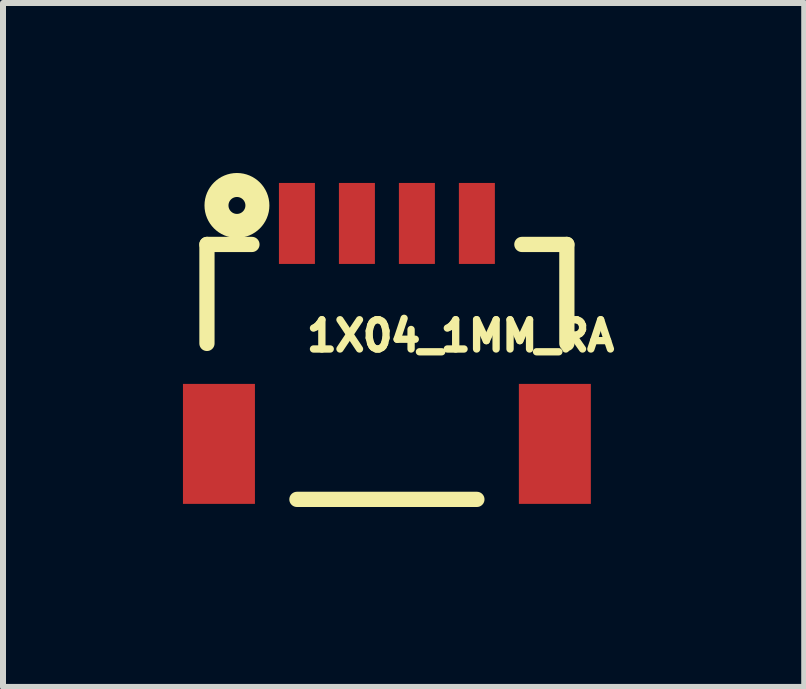
<source format=kicad_pcb>
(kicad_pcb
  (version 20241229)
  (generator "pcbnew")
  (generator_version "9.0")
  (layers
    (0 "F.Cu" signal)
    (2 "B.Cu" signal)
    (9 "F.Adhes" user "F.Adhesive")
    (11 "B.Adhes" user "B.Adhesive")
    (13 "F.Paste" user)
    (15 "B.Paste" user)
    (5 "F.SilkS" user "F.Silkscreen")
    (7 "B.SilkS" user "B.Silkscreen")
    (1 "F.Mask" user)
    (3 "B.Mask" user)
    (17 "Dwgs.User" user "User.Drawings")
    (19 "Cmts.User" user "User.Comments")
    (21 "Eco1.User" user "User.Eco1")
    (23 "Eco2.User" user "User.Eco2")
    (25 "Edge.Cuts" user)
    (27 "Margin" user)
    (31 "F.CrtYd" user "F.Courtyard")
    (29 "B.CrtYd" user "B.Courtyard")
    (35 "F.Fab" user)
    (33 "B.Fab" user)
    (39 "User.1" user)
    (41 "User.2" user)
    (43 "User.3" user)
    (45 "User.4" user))
  (footprint "1X04_1MM_RA"
    (layer "F.Cu")
    (at 3.4 0.675)
    (property "Reference" "1X04_1MM_RA" (at -1.397 2.159 0) (unlocked yes) (layer "F.SilkS") (effects (font (size 0.488 0.488) (thickness 0.122)) (justify left bottom)))
    (fp_line (start -3 0.35) (end -2.25 0.35) (stroke (width 0.254) (type solid)) (layer "F.SilkS"))
    (fp_line (start -3 2) (end -3 0.35) (stroke (width 0.254) (type solid)) (layer "F.SilkS"))
    (fp_line (start -1.5 4.6) (end 1.5 4.6) (stroke (width 0.254) (type solid)) (layer "F.SilkS"))
    (fp_line (start 2.25 0.35) (end 3 0.35) (stroke (width 0.254) (type solid)) (layer "F.SilkS"))
    (fp_line (start 3 0.35) (end 3 2) (stroke (width 0.254) (type solid)) (layer "F.SilkS"))
    (fp_circle (center -2.5 -0.3) (end -2.359 -0.3) (stroke (width 0.4) (type solid)) (fill no) (layer "F.SilkS"))
    (pad "1" smd rect (at -1.5 0) (size 0.6 1.35) (layers "F.Cu" "F.Mask" "F.Paste"))
    (pad "2" smd rect (at -0.5 0) (size 0.6 1.35) (layers "F.Cu" "F.Mask" "F.Paste"))
    (pad "3" smd rect (at 0.5 0) (size 0.6 1.35) (layers "F.Cu" "F.Mask" "F.Paste"))
    (pad "4" smd rect (at 1.5 0) (size 0.6 1.35) (layers "F.Cu" "F.Mask" "F.Paste"))
    (pad "NC1" smd rect (at 2.8 3.675) (size 1.2 2) (layers "F.Cu" "F.Mask" "F.Paste"))
    (pad "NC2" smd rect (at -2.8 3.675) (size 1.2 2) (layers "F.Cu" "F.Mask" "F.Paste")))
  (gr_rect
    (start -3 -3)
    (end 10.357 8.402)
    (stroke (width 0.1) (type default))
    (fill no)
    (layer "Edge.Cuts")))
</source>
